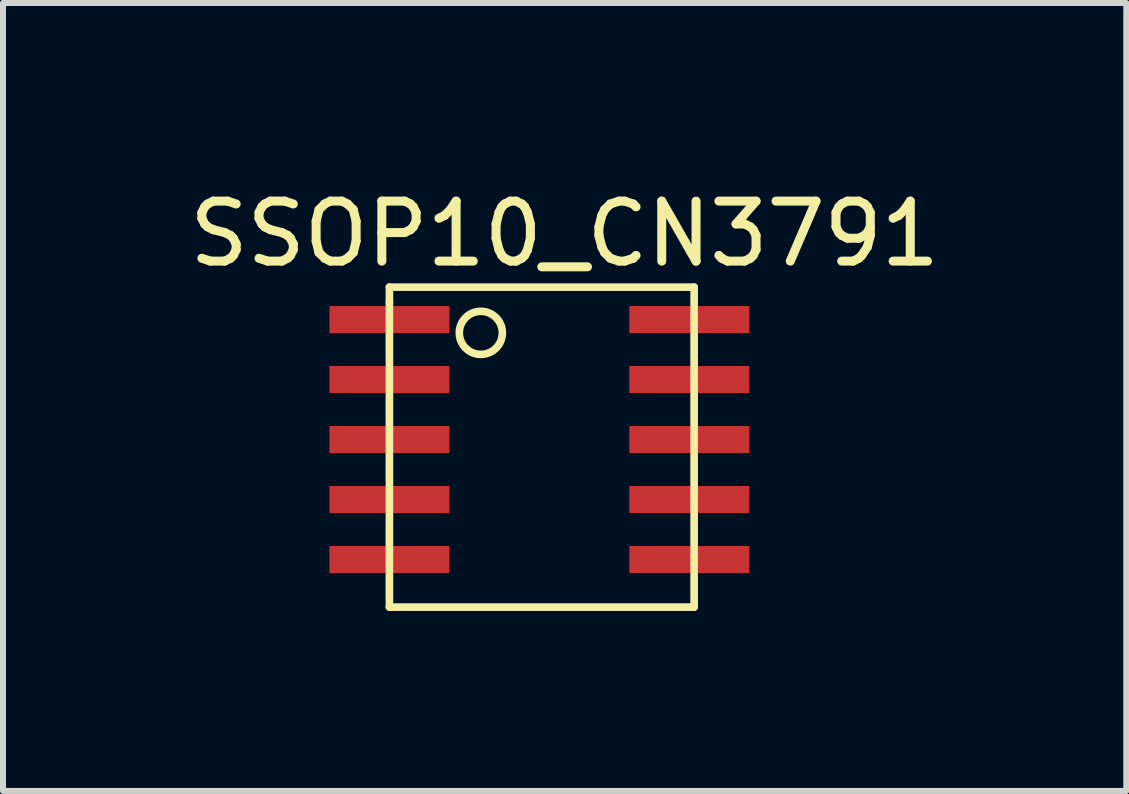
<source format=kicad_pcb>
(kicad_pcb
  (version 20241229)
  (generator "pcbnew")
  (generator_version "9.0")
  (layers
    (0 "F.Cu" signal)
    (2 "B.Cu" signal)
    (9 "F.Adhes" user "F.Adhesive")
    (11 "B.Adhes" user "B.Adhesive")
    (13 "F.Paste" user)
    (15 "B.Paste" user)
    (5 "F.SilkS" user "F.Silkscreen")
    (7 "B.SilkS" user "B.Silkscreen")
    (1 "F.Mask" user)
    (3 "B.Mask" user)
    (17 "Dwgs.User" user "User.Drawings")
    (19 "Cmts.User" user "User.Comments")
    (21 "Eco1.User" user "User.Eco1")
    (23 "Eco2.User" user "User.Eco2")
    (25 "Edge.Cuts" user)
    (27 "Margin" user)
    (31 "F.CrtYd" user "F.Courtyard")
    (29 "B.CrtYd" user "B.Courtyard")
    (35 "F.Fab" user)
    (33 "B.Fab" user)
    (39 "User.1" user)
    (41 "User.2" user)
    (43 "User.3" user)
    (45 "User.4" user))
  (footprint "SSOP10_CN3791"
    (layer "F.Cu")
    (at 3.442 4.277)
    (property "Reference" "SSOP10_CN3791" (at 2.921 -3.429 0) (layer "F.SilkS") (effects (font (size 1 1) (thickness 0.15))))
    (attr through_hole)
    (fp_line (start 0 -2.54) (end 5.08 -2.54) (stroke (width 0.127) (type solid)) (layer "F.SilkS"))
    (fp_line (start 0 -2.286) (end 0 -2.54) (stroke (width 0.127) (type solid)) (layer "F.SilkS"))
    (fp_line (start 0 2.794) (end 0 -2.286) (stroke (width 0.127) (type solid)) (layer "F.SilkS"))
    (fp_line (start 5.08 -2.54) (end 5.08 2.794) (stroke (width 0.127) (type solid)) (layer "F.SilkS"))
    (fp_line (start 5.08 2.794) (end 0 2.794) (stroke (width 0.127) (type solid)) (layer "F.SilkS"))
    (fp_circle (center 1.524 -1.778) (end 1.883 -1.778) (stroke (width 0.127) (type solid)) (fill no) (layer "F.SilkS"))
    (pad "1" smd rect (at 0 -2) (size 2 0.45) (layers "F.Cu" "F.Mask" "F.Paste"))
    (pad "2" smd rect (at 0 -1) (size 2 0.45) (layers "F.Cu" "F.Mask" "F.Paste"))
    (pad "3" smd rect (at 0 0) (size 2 0.45) (layers "F.Cu" "F.Mask" "F.Paste"))
    (pad "4" smd rect (at 0 1) (size 2 0.45) (layers "F.Cu" "F.Mask" "F.Paste"))
    (pad "5" smd rect (at 0 2) (size 2 0.45) (layers "F.Cu" "F.Mask" "F.Paste"))
    (pad "6" smd rect (at 5 2) (size 2 0.45) (layers "F.Cu" "F.Mask" "F.Paste"))
    (pad "7" smd rect (at 5 1) (size 2 0.45) (layers "F.Cu" "F.Mask" "F.Paste"))
    (pad "8" smd rect (at 5 0) (size 2 0.45) (layers "F.Cu" "F.Mask" "F.Paste"))
    (pad "9" smd rect (at 5 -1) (size 2 0.45) (layers "F.Cu" "F.Mask" "F.Paste"))
    (pad "10" smd rect (at 5 -2) (size 2 0.45) (layers "F.Cu" "F.Mask" "F.Paste")))
  (gr_rect
    (start -3 -3)
    (end 15.726 10.135)
    (stroke (width 0.1) (type default))
    (fill no)
    (layer "Edge.Cuts")))
</source>
